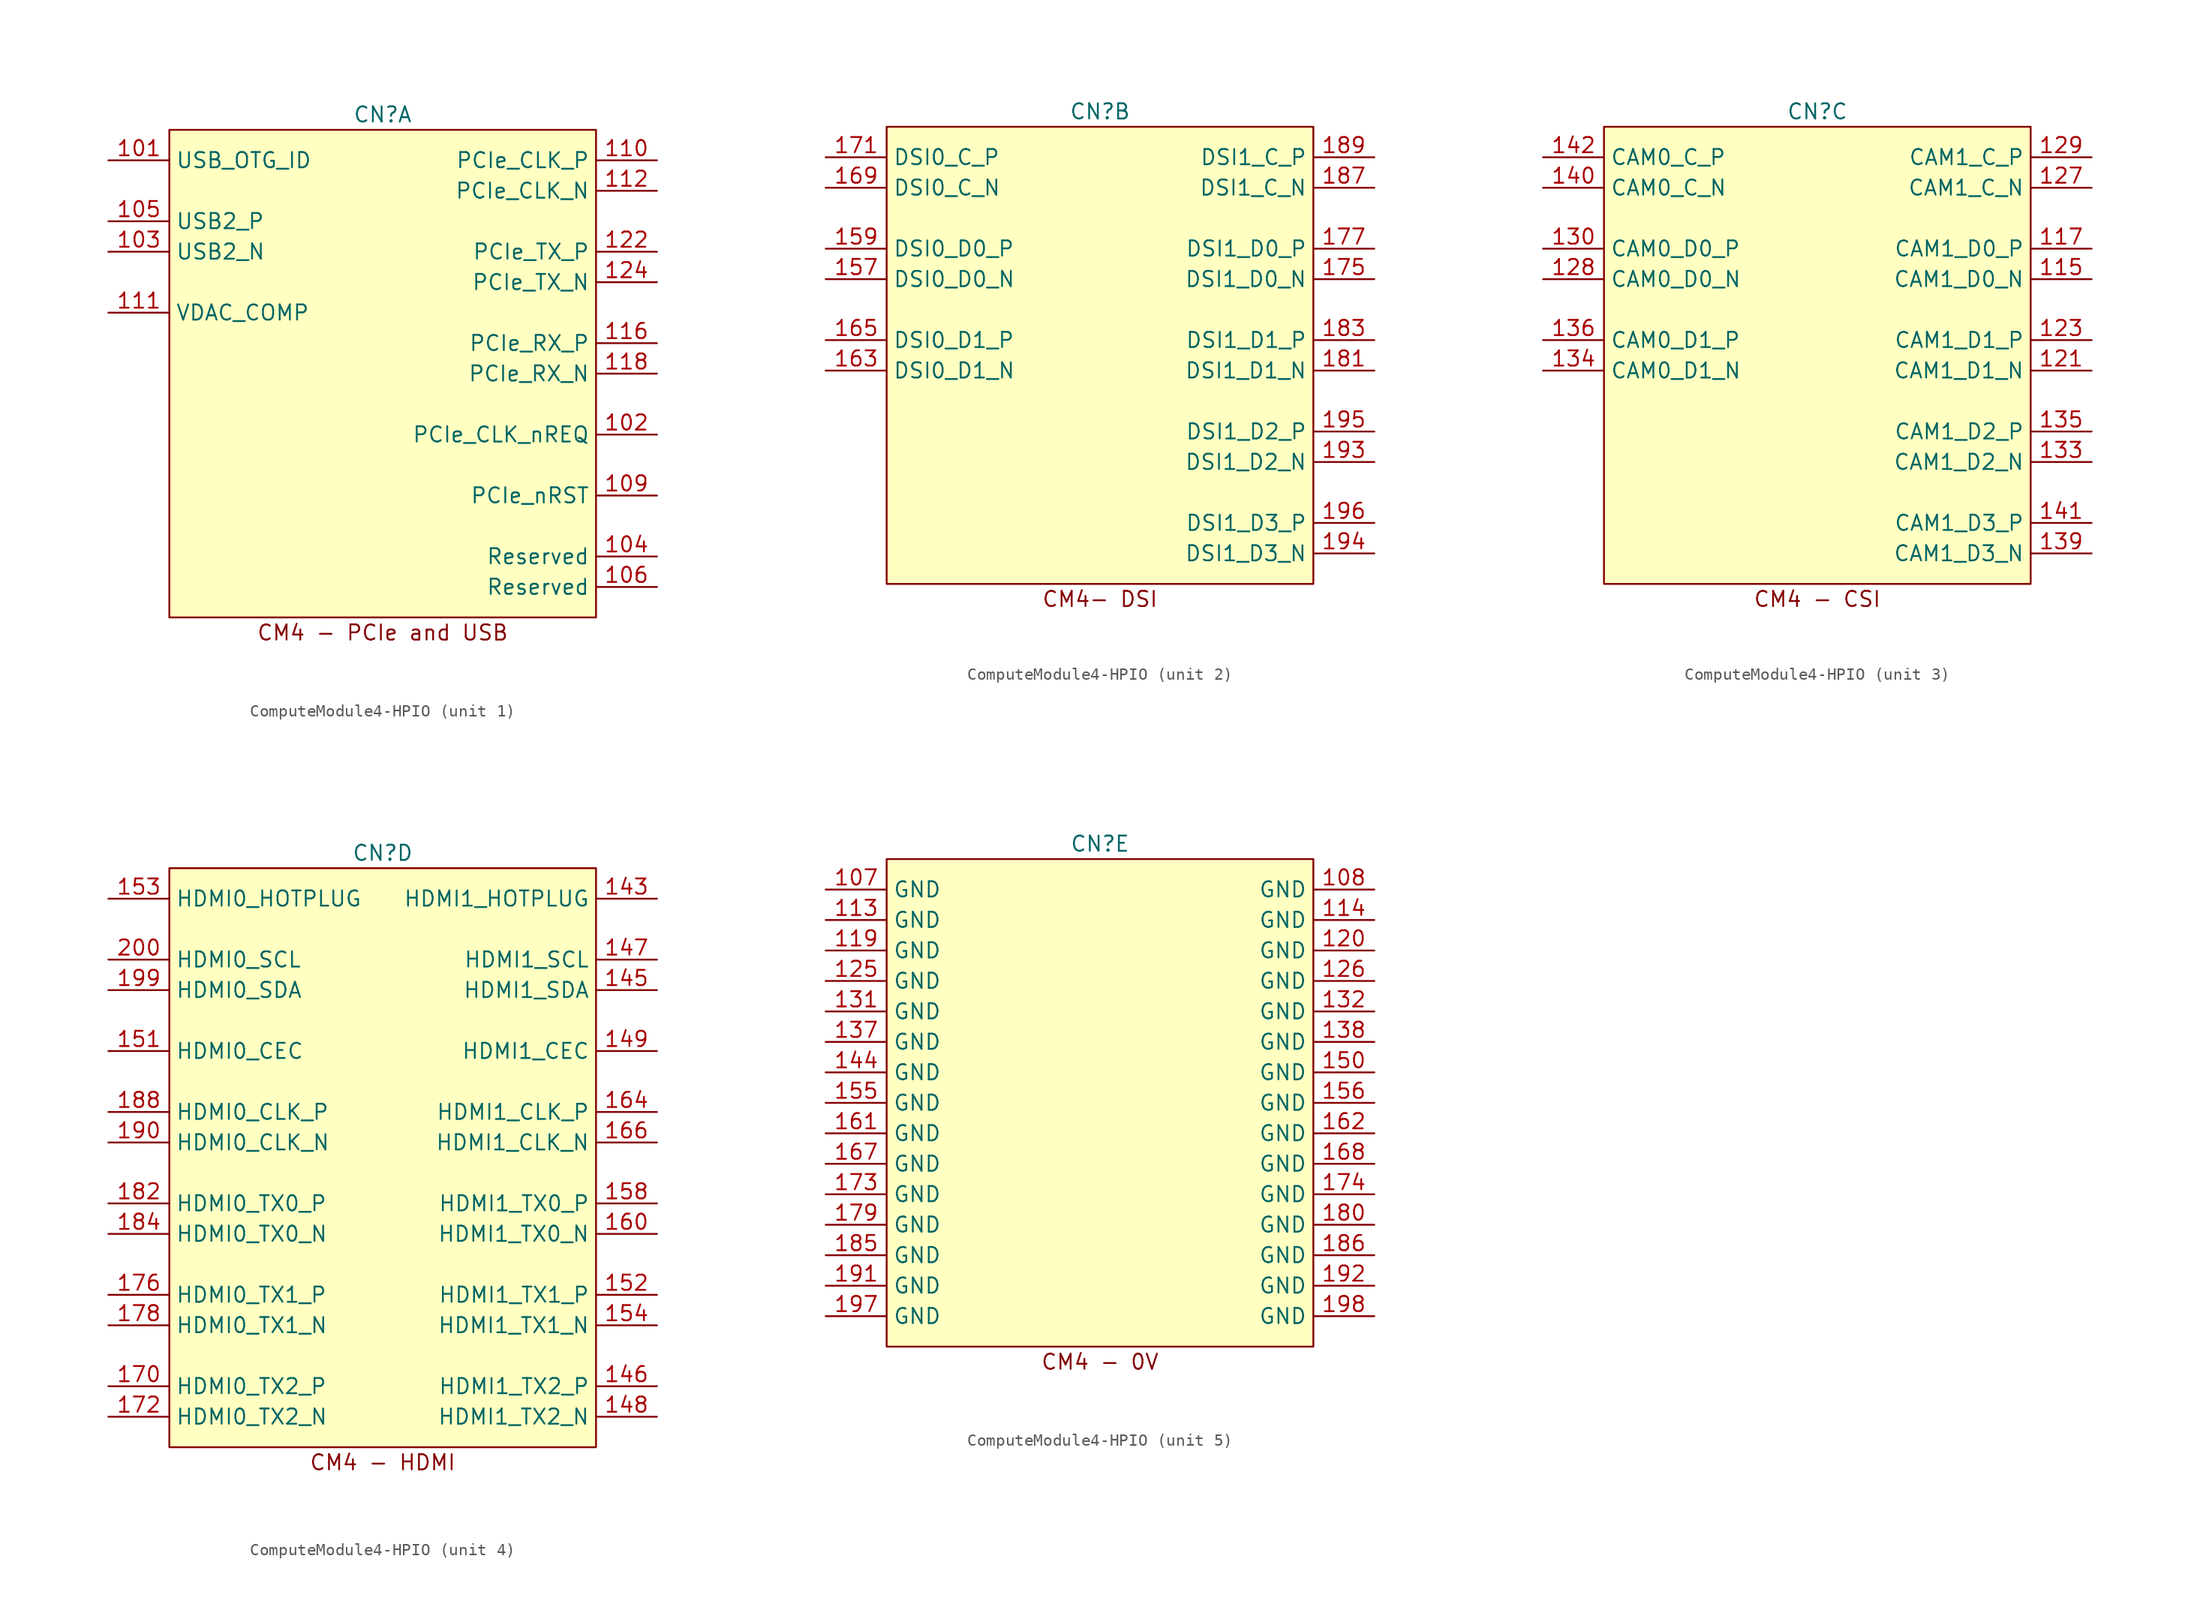
<source format=kicad_sym>
(kicad_symbol_lib
  (version 20220914)
  (generator kicad_symbol_editor)
  (symbol "ComputeModule4-HPIO"
    (property "Reference" "CN"
      (at 0 3.81 0)
      (effects (font (size 1.27 1.27))))
    (property "Value" ""
      (at 0 0 0)
      (effects (font (size 1.27 1.27))))
    (property "ki_locked" ""
      (at 0 0 0)
      (effects (font (size 1.27 1.27))))
    (symbol "ComputeModule4-HPIO_1_1"
      (rectangle (start -17.78 2.54) (end 17.78 -38.1) (stroke (width 0) (type default)) (fill (type background)))
      (text "CM4 - PCIe and USB" (at 0 -39.37 0) (effects (font (size 1.27 1.27))))
      (pin input line (at -22.86 0 0) (length 5.08) (name "USB_OTG_ID" (effects (font (size 1.27 1.27)))) (number "101" (effects (font (size 1.27 1.27)))))
      (pin input line (at 22.86 -22.86 180) (length 5.08) (name "PCIe_CLK_nREQ" (effects (font (size 1.27 1.27)))) (number "102" (effects (font (size 1.27 1.27)))))
      (pin passive line (at -22.86 -7.62 0) (length 5.08) (name "USB2_N" (effects (font (size 1.27 1.27)))) (number "103" (effects (font (size 1.27 1.27)))))
      (pin passive line (at 22.86 -33.02 180) (length 5.08) (name "Reserved" (effects (font (size 1.27 1.27)))) (number "104" (effects (font (size 1.27 1.27)))))
      (pin passive line (at -22.86 -5.08 0) (length 5.08) (name "USB2_P" (effects (font (size 1.27 1.27)))) (number "105" (effects (font (size 1.27 1.27)))))
      (pin passive line (at 22.86 -35.56 180) (length 5.08) (name "Reserved" (effects (font (size 1.27 1.27)))) (number "106" (effects (font (size 1.27 1.27)))))
      (pin bidirectional line (at 22.86 -27.94 180) (length 5.08) (name "PCIe_nRST" (effects (font (size 1.27 1.27)))) (number "109" (effects (font (size 1.27 1.27)))))
      (pin output line (at 22.86 0 180) (length 5.08) (name "PCIe_CLK_P" (effects (font (size 1.27 1.27)))) (number "110" (effects (font (size 1.27 1.27)))))
      (pin passive line (at -22.86 -12.7 0) (length 5.08) (name "VDAC_COMP" (effects (font (size 1.27 1.27)))) (number "111" (effects (font (size 1.27 1.27)))))
      (pin output line (at 22.86 -2.54 180) (length 5.08) (name "PCIe_CLK_N" (effects (font (size 1.27 1.27)))) (number "112" (effects (font (size 1.27 1.27)))))
      (pin input line (at 22.86 -15.24 180) (length 5.08) (name "PCIe_RX_P" (effects (font (size 1.27 1.27)))) (number "116" (effects (font (size 1.27 1.27)))))
      (pin input line (at 22.86 -17.78 180) (length 5.08) (name "PCIe_RX_N" (effects (font (size 1.27 1.27)))) (number "118" (effects (font (size 1.27 1.27)))))
      (pin output line (at 22.86 -7.62 180) (length 5.08) (name "PCIe_TX_P" (effects (font (size 1.27 1.27)))) (number "122" (effects (font (size 1.27 1.27)))))
      (pin output line (at 22.86 -10.16 180) (length 5.08) (name "PCIe_TX_N" (effects (font (size 1.27 1.27)))) (number "124" (effects (font (size 1.27 1.27))))))
    (symbol "ComputeModule4-HPIO_2_1"
      (rectangle (start -17.78 2.54) (end 17.78 -35.56) (stroke (width 0) (type default)) (fill (type background)))
      (text "CM4- DSI" (at 0 -36.83 0) (effects (font (size 1.27 1.27))))
      (pin output line (at -22.86 -10.16 0) (length 5.08) (name "DSI0_D0_N" (effects (font (size 1.27 1.27)))) (number "157" (effects (font (size 1.27 1.27)))))
      (pin output line (at -22.86 -7.62 0) (length 5.08) (name "DSI0_D0_P" (effects (font (size 1.27 1.27)))) (number "159" (effects (font (size 1.27 1.27)))))
      (pin output line (at -22.86 -17.78 0) (length 5.08) (name "DSI0_D1_N" (effects (font (size 1.27 1.27)))) (number "163" (effects (font (size 1.27 1.27)))))
      (pin output line (at -22.86 -15.24 0) (length 5.08) (name "DSI0_D1_P" (effects (font (size 1.27 1.27)))) (number "165" (effects (font (size 1.27 1.27)))))
      (pin output line (at -22.86 -2.54 0) (length 5.08) (name "DSI0_C_N" (effects (font (size 1.27 1.27)))) (number "169" (effects (font (size 1.27 1.27)))))
      (pin output line (at -22.86 0 0) (length 5.08) (name "DSI0_C_P" (effects (font (size 1.27 1.27)))) (number "171" (effects (font (size 1.27 1.27)))))
      (pin output line (at 22.86 -10.16 180) (length 5.08) (name "DSI1_D0_N" (effects (font (size 1.27 1.27)))) (number "175" (effects (font (size 1.27 1.27)))))
      (pin output line (at 22.86 -7.62 180) (length 5.08) (name "DSI1_D0_P" (effects (font (size 1.27 1.27)))) (number "177" (effects (font (size 1.27 1.27)))))
      (pin output line (at 22.86 -17.78 180) (length 5.08) (name "DSI1_D1_N" (effects (font (size 1.27 1.27)))) (number "181" (effects (font (size 1.27 1.27)))))
      (pin output line (at 22.86 -15.24 180) (length 5.08) (name "DSI1_D1_P" (effects (font (size 1.27 1.27)))) (number "183" (effects (font (size 1.27 1.27)))))
      (pin output line (at 22.86 -2.54 180) (length 5.08) (name "DSI1_C_N" (effects (font (size 1.27 1.27)))) (number "187" (effects (font (size 1.27 1.27)))))
      (pin output line (at 22.86 0 180) (length 5.08) (name "DSI1_C_P" (effects (font (size 1.27 1.27)))) (number "189" (effects (font (size 1.27 1.27)))))
      (pin output line (at 22.86 -25.4 180) (length 5.08) (name "DSI1_D2_N" (effects (font (size 1.27 1.27)))) (number "193" (effects (font (size 1.27 1.27)))))
      (pin output line (at 22.86 -33.02 180) (length 5.08) (name "DSI1_D3_N" (effects (font (size 1.27 1.27)))) (number "194" (effects (font (size 1.27 1.27)))))
      (pin output line (at 22.86 -22.86 180) (length 5.08) (name "DSI1_D2_P" (effects (font (size 1.27 1.27)))) (number "195" (effects (font (size 1.27 1.27)))))
      (pin output line (at 22.86 -30.48 180) (length 5.08) (name "DSI1_D3_P" (effects (font (size 1.27 1.27)))) (number "196" (effects (font (size 1.27 1.27))))))
    (symbol "ComputeModule4-HPIO_3_1"
      (rectangle (start -17.78 2.54) (end 17.78 -35.56) (stroke (width 0) (type default)) (fill (type background)))
      (text "CM4 - CSI" (at 0 -36.83 0) (effects (font (size 1.27 1.27))))
      (pin input line (at 22.86 -10.16 180) (length 5.08) (name "CAM1_D0_N" (effects (font (size 1.27 1.27)))) (number "115" (effects (font (size 1.27 1.27)))))
      (pin input line (at 22.86 -7.62 180) (length 5.08) (name "CAM1_D0_P" (effects (font (size 1.27 1.27)))) (number "117" (effects (font (size 1.27 1.27)))))
      (pin input line (at 22.86 -17.78 180) (length 5.08) (name "CAM1_D1_N" (effects (font (size 1.27 1.27)))) (number "121" (effects (font (size 1.27 1.27)))))
      (pin input line (at 22.86 -15.24 180) (length 5.08) (name "CAM1_D1_P" (effects (font (size 1.27 1.27)))) (number "123" (effects (font (size 1.27 1.27)))))
      (pin input line (at 22.86 -2.54 180) (length 5.08) (name "CAM1_C_N" (effects (font (size 1.27 1.27)))) (number "127" (effects (font (size 1.27 1.27)))))
      (pin input line (at -22.86 -10.16 0) (length 5.08) (name "CAM0_D0_N" (effects (font (size 1.27 1.27)))) (number "128" (effects (font (size 1.27 1.27)))))
      (pin input line (at 22.86 0 180) (length 5.08) (name "CAM1_C_P" (effects (font (size 1.27 1.27)))) (number "129" (effects (font (size 1.27 1.27)))))
      (pin input line (at -22.86 -7.62 0) (length 5.08) (name "CAM0_D0_P" (effects (font (size 1.27 1.27)))) (number "130" (effects (font (size 1.27 1.27)))))
      (pin input line (at 22.86 -25.4 180) (length 5.08) (name "CAM1_D2_N" (effects (font (size 1.27 1.27)))) (number "133" (effects (font (size 1.27 1.27)))))
      (pin input line (at -22.86 -17.78 0) (length 5.08) (name "CAM0_D1_N" (effects (font (size 1.27 1.27)))) (number "134" (effects (font (size 1.27 1.27)))))
      (pin input line (at 22.86 -22.86 180) (length 5.08) (name "CAM1_D2_P" (effects (font (size 1.27 1.27)))) (number "135" (effects (font (size 1.27 1.27)))))
      (pin input line (at -22.86 -15.24 0) (length 5.08) (name "CAM0_D1_P" (effects (font (size 1.27 1.27)))) (number "136" (effects (font (size 1.27 1.27)))))
      (pin input line (at 22.86 -33.02 180) (length 5.08) (name "CAM1_D3_N" (effects (font (size 1.27 1.27)))) (number "139" (effects (font (size 1.27 1.27)))))
      (pin input line (at -22.86 -2.54 0) (length 5.08) (name "CAM0_C_N" (effects (font (size 1.27 1.27)))) (number "140" (effects (font (size 1.27 1.27)))))
      (pin input line (at 22.86 -30.48 180) (length 5.08) (name "CAM1_D3_P" (effects (font (size 1.27 1.27)))) (number "141" (effects (font (size 1.27 1.27)))))
      (pin input line (at -22.86 0 0) (length 5.08) (name "CAM0_C_P" (effects (font (size 1.27 1.27)))) (number "142" (effects (font (size 1.27 1.27))))))
    (symbol "ComputeModule4-HPIO_4_1"
      (rectangle (start -17.78 2.54) (end 17.78 -45.72) (stroke (width 0) (type default)) (fill (type background)))
      (text "CM4 - HDMI" (at 0 -46.99 0) (effects (font (size 1.27 1.27))))
      (pin input line (at 22.86 0 180) (length 5.08) (name "HDMI1_HOTPLUG" (effects (font (size 1.27 1.27)))) (number "143" (effects (font (size 1.27 1.27)))))
      (pin bidirectional line (at 22.86 -7.62 180) (length 5.08) (name "HDMI1_SDA" (effects (font (size 1.27 1.27)))) (number "145" (effects (font (size 1.27 1.27)))))
      (pin output line (at 22.86 -40.64 180) (length 5.08) (name "HDMI1_TX2_P" (effects (font (size 1.27 1.27)))) (number "146" (effects (font (size 1.27 1.27)))))
      (pin open_collector line (at 22.86 -5.08 180) (length 5.08) (name "HDMI1_SCL" (effects (font (size 1.27 1.27)))) (number "147" (effects (font (size 1.27 1.27)))))
      (pin output line (at 22.86 -43.18 180) (length 5.08) (name "HDMI1_TX2_N" (effects (font (size 1.27 1.27)))) (number "148" (effects (font (size 1.27 1.27)))))
      (pin open_collector line (at 22.86 -12.7 180) (length 5.08) (name "HDMI1_CEC" (effects (font (size 1.27 1.27)))) (number "149" (effects (font (size 1.27 1.27)))))
      (pin open_collector line (at -22.86 -12.7 0) (length 5.08) (name "HDMI0_CEC" (effects (font (size 1.27 1.27)))) (number "151" (effects (font (size 1.27 1.27)))))
      (pin output line (at 22.86 -33.02 180) (length 5.08) (name "HDMI1_TX1_P" (effects (font (size 1.27 1.27)))) (number "152" (effects (font (size 1.27 1.27)))))
      (pin input line (at -22.86 0 0) (length 5.08) (name "HDMI0_HOTPLUG" (effects (font (size 1.27 1.27)))) (number "153" (effects (font (size 1.27 1.27)))))
      (pin output line (at 22.86 -35.56 180) (length 5.08) (name "HDMI1_TX1_N" (effects (font (size 1.27 1.27)))) (number "154" (effects (font (size 1.27 1.27)))))
      (pin output line (at 22.86 -25.4 180) (length 5.08) (name "HDMI1_TX0_P" (effects (font (size 1.27 1.27)))) (number "158" (effects (font (size 1.27 1.27)))))
      (pin output line (at 22.86 -27.94 180) (length 5.08) (name "HDMI1_TX0_N" (effects (font (size 1.27 1.27)))) (number "160" (effects (font (size 1.27 1.27)))))
      (pin output line (at 22.86 -17.78 180) (length 5.08) (name "HDMI1_CLK_P" (effects (font (size 1.27 1.27)))) (number "164" (effects (font (size 1.27 1.27)))))
      (pin output line (at 22.86 -20.32 180) (length 5.08) (name "HDMI1_CLK_N" (effects (font (size 1.27 1.27)))) (number "166" (effects (font (size 1.27 1.27)))))
      (pin output line (at -22.86 -40.64 0) (length 5.08) (name "HDMI0_TX2_P" (effects (font (size 1.27 1.27)))) (number "170" (effects (font (size 1.27 1.27)))))
      (pin output line (at -22.86 -43.18 0) (length 5.08) (name "HDMI0_TX2_N" (effects (font (size 1.27 1.27)))) (number "172" (effects (font (size 1.27 1.27)))))
      (pin output line (at -22.86 -33.02 0) (length 5.08) (name "HDMI0_TX1_P" (effects (font (size 1.27 1.27)))) (number "176" (effects (font (size 1.27 1.27)))))
      (pin output line (at -22.86 -35.56 0) (length 5.08) (name "HDMI0_TX1_N" (effects (font (size 1.27 1.27)))) (number "178" (effects (font (size 1.27 1.27)))))
      (pin output line (at -22.86 -25.4 0) (length 5.08) (name "HDMI0_TX0_P" (effects (font (size 1.27 1.27)))) (number "182" (effects (font (size 1.27 1.27)))))
      (pin output line (at -22.86 -27.94 0) (length 5.08) (name "HDMI0_TX0_N" (effects (font (size 1.27 1.27)))) (number "184" (effects (font (size 1.27 1.27)))))
      (pin output line (at -22.86 -17.78 0) (length 5.08) (name "HDMI0_CLK_P" (effects (font (size 1.27 1.27)))) (number "188" (effects (font (size 1.27 1.27)))))
      (pin output line (at -22.86 -20.32 0) (length 5.08) (name "HDMI0_CLK_N" (effects (font (size 1.27 1.27)))) (number "190" (effects (font (size 1.27 1.27)))))
      (pin bidirectional line (at -22.86 -7.62 0) (length 5.08) (name "HDMI0_SDA" (effects (font (size 1.27 1.27)))) (number "199" (effects (font (size 1.27 1.27)))))
      (pin open_collector line (at -22.86 -5.08 0) (length 5.08) (name "HDMI0_SCL" (effects (font (size 1.27 1.27)))) (number "200" (effects (font (size 1.27 1.27))))))
    (symbol "ComputeModule4-HPIO_5_1"
      (rectangle (start -17.78 2.54) (end 17.78 -38.1) (stroke (width 0) (type default)) (fill (type background)))
      (text "CM4 - 0V" (at 0 -39.37 0) (effects (font (size 1.27 1.27))))
      (pin power_in line (at -22.86 0 0) (length 5.08) (name "GND" (effects (font (size 1.27 1.27)))) (number "107" (effects (font (size 1.27 1.27)))))
      (pin power_in line (at 22.86 0 180) (length 5.08) (name "GND" (effects (font (size 1.27 1.27)))) (number "108" (effects (font (size 1.27 1.27)))))
      (pin power_in line (at -22.86 -2.54 0) (length 5.08) (name "GND" (effects (font (size 1.27 1.27)))) (number "113" (effects (font (size 1.27 1.27)))))
      (pin power_in line (at 22.86 -2.54 180) (length 5.08) (name "GND" (effects (font (size 1.27 1.27)))) (number "114" (effects (font (size 1.27 1.27)))))
      (pin power_in line (at -22.86 -5.08 0) (length 5.08) (name "GND" (effects (font (size 1.27 1.27)))) (number "119" (effects (font (size 1.27 1.27)))))
      (pin power_in line (at 22.86 -5.08 180) (length 5.08) (name "GND" (effects (font (size 1.27 1.27)))) (number "120" (effects (font (size 1.27 1.27)))))
      (pin power_in line (at -22.86 -7.62 0) (length 5.08) (name "GND" (effects (font (size 1.27 1.27)))) (number "125" (effects (font (size 1.27 1.27)))))
      (pin power_in line (at 22.86 -7.62 180) (length 5.08) (name "GND" (effects (font (size 1.27 1.27)))) (number "126" (effects (font (size 1.27 1.27)))))
      (pin power_in line (at -22.86 -10.16 0) (length 5.08) (name "GND" (effects (font (size 1.27 1.27)))) (number "131" (effects (font (size 1.27 1.27)))))
      (pin power_in line (at 22.86 -10.16 180) (length 5.08) (name "GND" (effects (font (size 1.27 1.27)))) (number "132" (effects (font (size 1.27 1.27)))))
      (pin power_in line (at -22.86 -12.7 0) (length 5.08) (name "GND" (effects (font (size 1.27 1.27)))) (number "137" (effects (font (size 1.27 1.27)))))
      (pin power_in line (at 22.86 -12.7 180) (length 5.08) (name "GND" (effects (font (size 1.27 1.27)))) (number "138" (effects (font (size 1.27 1.27)))))
      (pin power_in line (at -22.86 -15.24 0) (length 5.08) (name "GND" (effects (font (size 1.27 1.27)))) (number "144" (effects (font (size 1.27 1.27)))))
      (pin power_in line (at 22.86 -15.24 180) (length 5.08) (name "GND" (effects (font (size 1.27 1.27)))) (number "150" (effects (font (size 1.27 1.27)))))
      (pin power_in line (at -22.86 -17.78 0) (length 5.08) (name "GND" (effects (font (size 1.27 1.27)))) (number "155" (effects (font (size 1.27 1.27)))))
      (pin power_in line (at 22.86 -17.78 180) (length 5.08) (name "GND" (effects (font (size 1.27 1.27)))) (number "156" (effects (font (size 1.27 1.27)))))
      (pin power_in line (at -22.86 -20.32 0) (length 5.08) (name "GND" (effects (font (size 1.27 1.27)))) (number "161" (effects (font (size 1.27 1.27)))))
      (pin power_in line (at 22.86 -20.32 180) (length 5.08) (name "GND" (effects (font (size 1.27 1.27)))) (number "162" (effects (font (size 1.27 1.27)))))
      (pin power_in line (at -22.86 -22.86 0) (length 5.08) (name "GND" (effects (font (size 1.27 1.27)))) (number "167" (effects (font (size 1.27 1.27)))))
      (pin power_in line (at 22.86 -22.86 180) (length 5.08) (name "GND" (effects (font (size 1.27 1.27)))) (number "168" (effects (font (size 1.27 1.27)))))
      (pin power_in line (at -22.86 -25.4 0) (length 5.08) (name "GND" (effects (font (size 1.27 1.27)))) (number "173" (effects (font (size 1.27 1.27)))))
      (pin power_in line (at 22.86 -25.4 180) (length 5.08) (name "GND" (effects (font (size 1.27 1.27)))) (number "174" (effects (font (size 1.27 1.27)))))
      (pin power_in line (at -22.86 -27.94 0) (length 5.08) (name "GND" (effects (font (size 1.27 1.27)))) (number "179" (effects (font (size 1.27 1.27)))))
      (pin power_in line (at 22.86 -27.94 180) (length 5.08) (name "GND" (effects (font (size 1.27 1.27)))) (number "180" (effects (font (size 1.27 1.27)))))
      (pin power_in line (at -22.86 -30.48 0) (length 5.08) (name "GND" (effects (font (size 1.27 1.27)))) (number "185" (effects (font (size 1.27 1.27)))))
      (pin power_in line (at 22.86 -30.48 180) (length 5.08) (name "GND" (effects (font (size 1.27 1.27)))) (number "186" (effects (font (size 1.27 1.27)))))
      (pin power_in line (at -22.86 -33.02 0) (length 5.08) (name "GND" (effects (font (size 1.27 1.27)))) (number "191" (effects (font (size 1.27 1.27)))))
      (pin power_in line (at 22.86 -33.02 180) (length 5.08) (name "GND" (effects (font (size 1.27 1.27)))) (number "192" (effects (font (size 1.27 1.27)))))
      (pin power_in line (at -22.86 -35.56 0) (length 5.08) (name "GND" (effects (font (size 1.27 1.27)))) (number "197" (effects (font (size 1.27 1.27)))))
      (pin power_in line (at 22.86 -35.56 180) (length 5.08) (name "GND" (effects (font (size 1.27 1.27)))) (number "198" (effects (font (size 1.27 1.27))))))))
</source>
